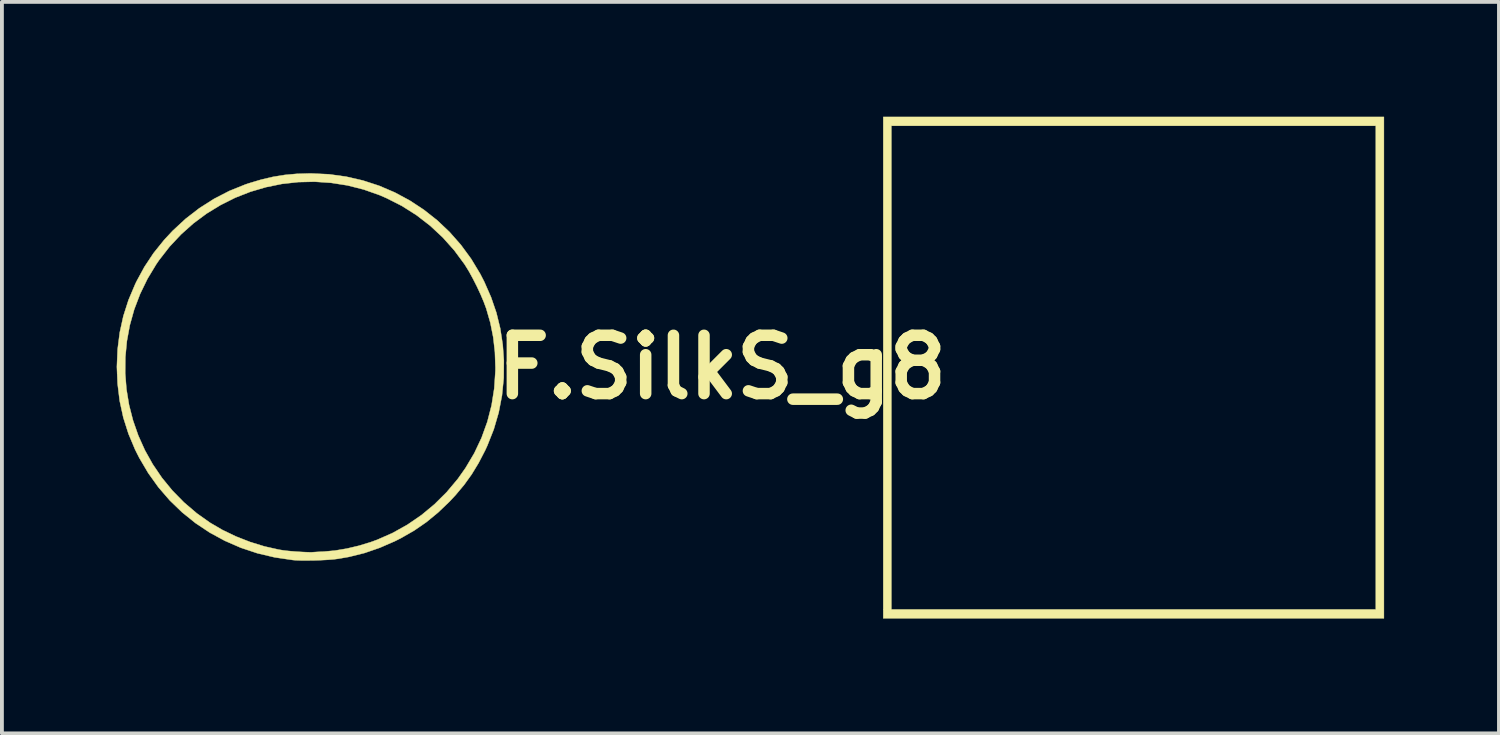
<source format=kicad_pcb>
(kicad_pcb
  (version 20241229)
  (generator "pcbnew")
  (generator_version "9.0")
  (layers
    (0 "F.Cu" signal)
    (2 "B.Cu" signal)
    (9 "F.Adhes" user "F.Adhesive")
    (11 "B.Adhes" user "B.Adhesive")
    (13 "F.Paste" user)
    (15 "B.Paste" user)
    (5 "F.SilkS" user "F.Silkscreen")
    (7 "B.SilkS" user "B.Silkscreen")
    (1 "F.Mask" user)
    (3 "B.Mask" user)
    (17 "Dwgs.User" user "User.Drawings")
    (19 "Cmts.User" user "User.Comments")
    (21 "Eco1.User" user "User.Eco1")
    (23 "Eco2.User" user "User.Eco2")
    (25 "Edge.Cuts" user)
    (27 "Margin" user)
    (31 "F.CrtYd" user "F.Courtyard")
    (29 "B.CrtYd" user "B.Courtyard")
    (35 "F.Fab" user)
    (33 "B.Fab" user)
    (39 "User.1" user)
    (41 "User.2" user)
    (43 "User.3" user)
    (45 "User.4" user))
  (footprint "F.SilkS_g8"
    (layer "F.Cu")
    (at 15.816 6.545)
    (property "Reference" "F.SilkS_g8" (at 0 0 0) (layer "F.SilkS") (effects (font (size 1.524 1.524) (thickness 0.3))))
    (attr through_hole)
    (fp_poly (pts (xy 17.293 6.562) (xy 4.212 6.562) (xy 4.212 -6.308) (xy 4.424 -6.308) (xy 4.424 6.329) (xy 17.081 6.329) (xy 17.081 -6.308) (xy 4.424 -6.308) (xy 4.212 -6.308) (xy 4.212 -6.54) (xy 17.293 -6.54) (xy 17.293 6.562)) (stroke (width 0.01) (type solid)) (fill yes) (layer "F.SilkS"))
    (fp_poly (pts (xy -10.272 -5.042) (xy -9.822 -4.98) (xy -9.383 -4.879) (xy -8.959 -4.741) (xy -8.55 -4.566) (xy -8.16 -4.356) (xy -7.79 -4.113) (xy -7.442 -3.838) (xy -7.119 -3.532) (xy -6.823 -3.196) (xy -6.556 -2.832) (xy -6.32 -2.441) (xy -6.213 -2.233) (xy -6.035 -1.828) (xy -5.896 -1.423) (xy -5.795 -1.011) (xy -5.73 -0.585) (xy -5.701 -0.18) (xy -5.705 0.282) (xy -5.75 0.737) (xy -5.836 1.183) (xy -5.964 1.621) (xy -6.133 2.048) (xy -6.189 2.17) (xy -6.359 2.498) (xy -6.54 2.796) (xy -6.739 3.073) (xy -6.965 3.343) (xy -7.122 3.511) (xy -7.42 3.796) (xy -7.724 4.046) (xy -8.043 4.266) (xy -8.388 4.464) (xy -8.541 4.541) (xy -8.941 4.716) (xy -9.341 4.854) (xy -9.752 4.956) (xy -10.033 5.005) (xy -10.155 5.02) (xy -10.307 5.032) (xy -10.478 5.041) (xy -10.657 5.047) (xy -10.834 5.049) (xy -10.997 5.049) (xy -11.137 5.044) (xy -11.218 5.037) (xy -11.687 4.968) (xy -12.14 4.861) (xy -12.575 4.716) (xy -12.991 4.535) (xy -13.387 4.32) (xy -13.76 4.071) (xy -14.109 3.79) (xy -14.432 3.478) (xy -14.727 3.136) (xy -14.993 2.765) (xy -15.228 2.366) (xy -15.335 2.154) (xy -15.509 1.74) (xy -15.644 1.316) (xy -15.739 0.879) (xy -15.794 0.428) (xy -15.805 0.157) (xy -15.595 0.157) (xy -15.562 0.574) (xy -15.494 0.986) (xy -15.39 1.391) (xy -15.252 1.786) (xy -15.08 2.169) (xy -14.874 2.537) (xy -14.635 2.889) (xy -14.363 3.221) (xy -14.059 3.531) (xy -13.724 3.817) (xy -13.377 4.063) (xy -13.053 4.252) (xy -12.701 4.421) (xy -12.331 4.566) (xy -11.954 4.682) (xy -11.58 4.766) (xy -11.462 4.785) (xy -11.372 4.796) (xy -11.259 4.807) (xy -11.134 4.817) (xy -11.006 4.825) (xy -10.886 4.831) (xy -10.785 4.834) (xy -10.713 4.834) (xy -10.7 4.833) (xy -10.653 4.83) (xy -10.575 4.825) (xy -10.479 4.82) (xy -10.403 4.817) (xy -10.113 4.79) (xy -9.803 4.738) (xy -9.485 4.663) (xy -9.173 4.567) (xy -9.008 4.507) (xy -8.605 4.329) (xy -8.219 4.113) (xy -7.853 3.862) (xy -7.511 3.578) (xy -7.195 3.264) (xy -6.907 2.921) (xy -6.705 2.635) (xy -6.474 2.246) (xy -6.284 1.843) (xy -6.133 1.425) (xy -6.022 0.994) (xy -5.952 0.552) (xy -5.922 0.099) (xy -5.921 0.011) (xy -5.935 -0.397) (xy -5.979 -0.784) (xy -6.054 -1.161) (xy -6.162 -1.535) (xy -6.226 -1.707) (xy -6.308 -1.901) (xy -6.403 -2.105) (xy -6.506 -2.308) (xy -6.609 -2.497) (xy -6.709 -2.66) (xy -6.727 -2.688) (xy -6.997 -3.054) (xy -7.298 -3.391) (xy -7.626 -3.697) (xy -7.981 -3.971) (xy -8.361 -4.212) (xy -8.764 -4.417) (xy -8.943 -4.495) (xy -9.362 -4.643) (xy -9.788 -4.751) (xy -10.217 -4.818) (xy -10.646 -4.847) (xy -11.074 -4.837) (xy -11.498 -4.79) (xy -11.915 -4.705) (xy -12.323 -4.585) (xy -12.719 -4.43) (xy -13.101 -4.239) (xy -13.466 -4.016) (xy -13.812 -3.759) (xy -14.136 -3.47) (xy -14.436 -3.15) (xy -14.709 -2.799) (xy -14.782 -2.693) (xy -15.013 -2.31) (xy -15.205 -1.915) (xy -15.359 -1.511) (xy -15.474 -1.099) (xy -15.551 -0.682) (xy -15.591 -0.263) (xy -15.595 0.157) (xy -15.805 0.157) (xy -15.812 -0.011) (xy -15.793 -0.469) (xy -15.737 -0.909) (xy -15.643 -1.337) (xy -15.509 -1.755) (xy -15.335 -2.167) (xy -15.304 -2.233) (xy -15.094 -2.62) (xy -14.854 -2.982) (xy -14.58 -3.323) (xy -14.356 -3.564) (xy -14.018 -3.877) (xy -13.657 -4.156) (xy -13.275 -4.399) (xy -12.874 -4.606) (xy -12.458 -4.774) (xy -12.372 -4.803) (xy -12.045 -4.901) (xy -11.736 -4.974) (xy -11.431 -5.024) (xy -11.117 -5.053) (xy -10.779 -5.063) (xy -10.732 -5.063) (xy -10.272 -5.042)) (stroke (width 0.01) (type solid)) (fill yes) (layer "F.SilkS")))
  (gr_rect
    (start -3 -3)
    (end 36.115 16.112)
    (stroke (width 0.1) (type default))
    (fill no)
    (layer "Edge.Cuts")))
</source>
